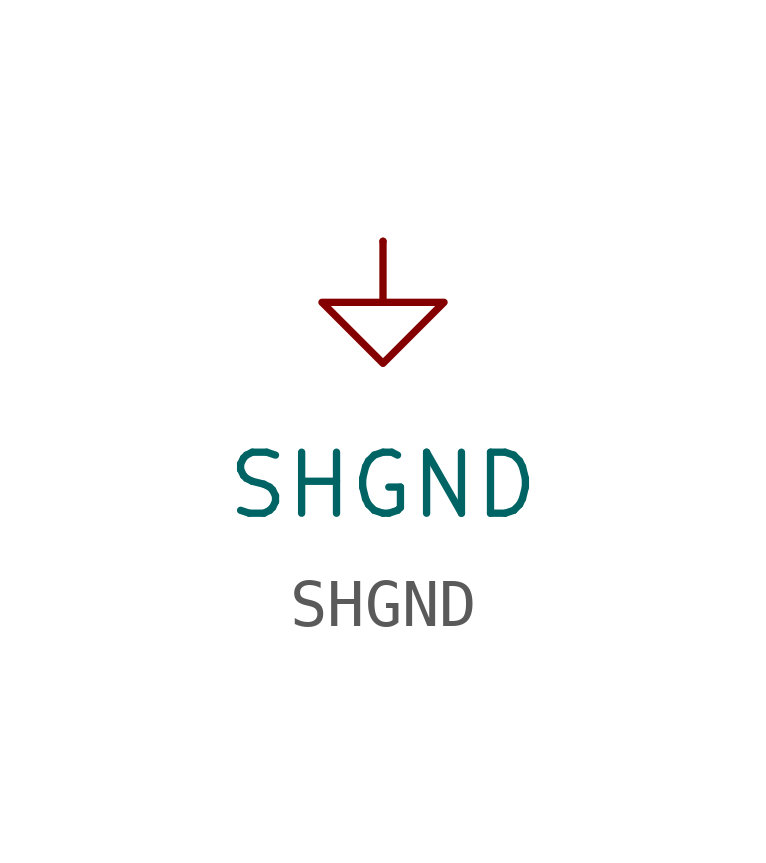
<source format=kicad_sym>
(kicad_symbol_lib
  (version 20241209)
  (generator "kicad_symbol_editor")
  (generator_version "9.0")
  (symbol "SHGND"
    (power)
    (pin_numbers
      (hide yes))
    (pin_names
      (offset 0)
      (hide yes))
    (property "Reference" "#PWR04"
      (at 0 -6.35 0)
      (effects (font (size 1.27 1.27)) (hide yes)))
    (property "Value" "SHGND"
      (at 0 -5.08 0)
      (effects (font (size 1.27 1.27))))
    (symbol "SHGND_0_1"
      (polyline (pts (xy 0 0) (xy 0 -1.27) (xy 1.27 -1.27) (xy 0 -2.54) (xy -1.27 -1.27) (xy 0 -1.27)) (stroke (width 0) (type default)) (fill (type none))))
    (symbol "SHGND_1_1"
      (pin power_in line (at 0 0 270) (length 0) (name "~" (effects (font (size 1.27 1.27)))) (number "1" (effects (font (size 1.27 1.27))))))))
</source>
